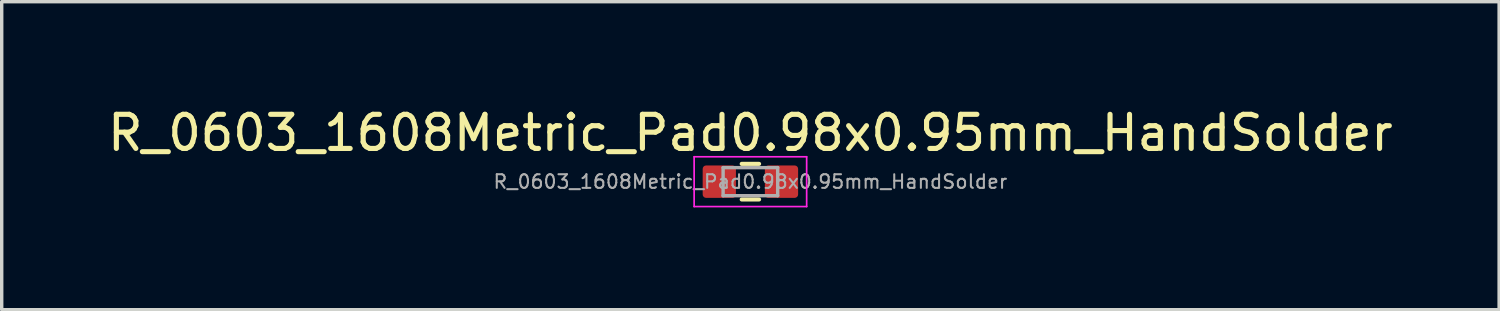
<source format=kicad_pcb>
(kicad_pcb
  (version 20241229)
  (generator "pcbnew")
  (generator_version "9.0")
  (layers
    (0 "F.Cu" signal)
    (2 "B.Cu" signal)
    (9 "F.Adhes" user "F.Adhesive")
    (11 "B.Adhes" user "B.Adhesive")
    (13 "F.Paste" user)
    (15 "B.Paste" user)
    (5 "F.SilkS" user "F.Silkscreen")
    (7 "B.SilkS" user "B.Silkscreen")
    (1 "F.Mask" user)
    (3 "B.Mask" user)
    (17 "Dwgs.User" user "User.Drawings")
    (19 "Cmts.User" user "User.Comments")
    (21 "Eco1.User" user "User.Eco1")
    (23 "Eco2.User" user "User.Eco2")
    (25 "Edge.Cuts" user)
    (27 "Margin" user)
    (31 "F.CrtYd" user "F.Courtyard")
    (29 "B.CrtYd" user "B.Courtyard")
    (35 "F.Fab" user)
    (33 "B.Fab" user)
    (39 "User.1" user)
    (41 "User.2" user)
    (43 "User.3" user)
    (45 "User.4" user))
  (footprint "R_0603_1608Metric_Pad0.98x0.95mm_HandSolder"
    (layer "F.Cu")
    (at 18.958 2.278)
    (property "Reference" "R_0603_1608Metric_Pad0.98x0.95mm_HandSolder" (at 0 -1.43 0) (layer "F.SilkS") (effects (font (size 1 1) (thickness 0.15))))
    (attr smd)
    (fp_line (start -0.255 -0.522) (end 0.255 -0.522) (stroke (width 0.12) (type solid)) (layer "F.SilkS"))
    (fp_line (start -0.255 0.522) (end 0.255 0.522) (stroke (width 0.12) (type solid)) (layer "F.SilkS"))
    (fp_line (start -1.65 -0.73) (end 1.65 -0.73) (stroke (width 0.05) (type solid)) (layer "F.CrtYd"))
    (fp_line (start -1.65 0.73) (end -1.65 -0.73) (stroke (width 0.05) (type solid)) (layer "F.CrtYd"))
    (fp_line (start 1.65 -0.73) (end 1.65 0.73) (stroke (width 0.05) (type solid)) (layer "F.CrtYd"))
    (fp_line (start 1.65 0.73) (end -1.65 0.73) (stroke (width 0.05) (type solid)) (layer "F.CrtYd"))
    (fp_line (start -0.8 -0.412) (end 0.8 -0.412) (stroke (width 0.1) (type solid)) (layer "F.Fab"))
    (fp_line (start -0.8 0.412) (end -0.8 -0.412) (stroke (width 0.1) (type solid)) (layer "F.Fab"))
    (fp_line (start 0.8 -0.412) (end 0.8 0.412) (stroke (width 0.1) (type solid)) (layer "F.Fab"))
    (fp_line (start 0.8 0.412) (end -0.8 0.412) (stroke (width 0.1) (type solid)) (layer "F.Fab"))
    (fp_text user "${REFERENCE}" (at 0 0 0) (layer "F.Fab") (effects (font (size 0.4 0.4) (thickness 0.06))))
    (pad "1" smd roundrect (at -0.912 0) (size 0.975 0.95) (layers "F.Cu" "F.Mask" "F.Paste") (roundrect_rratio 0.105))
    (pad "2" smd roundrect (at 0.912 0) (size 0.975 0.95) (layers "F.Cu" "F.Mask" "F.Paste") (roundrect_rratio 0.105)))
  (gr_rect
    (start -3 -3)
    (end 40.917 6.033)
    (stroke (width 0.1) (type default))
    (fill no)
    (layer "Edge.Cuts")))
</source>
